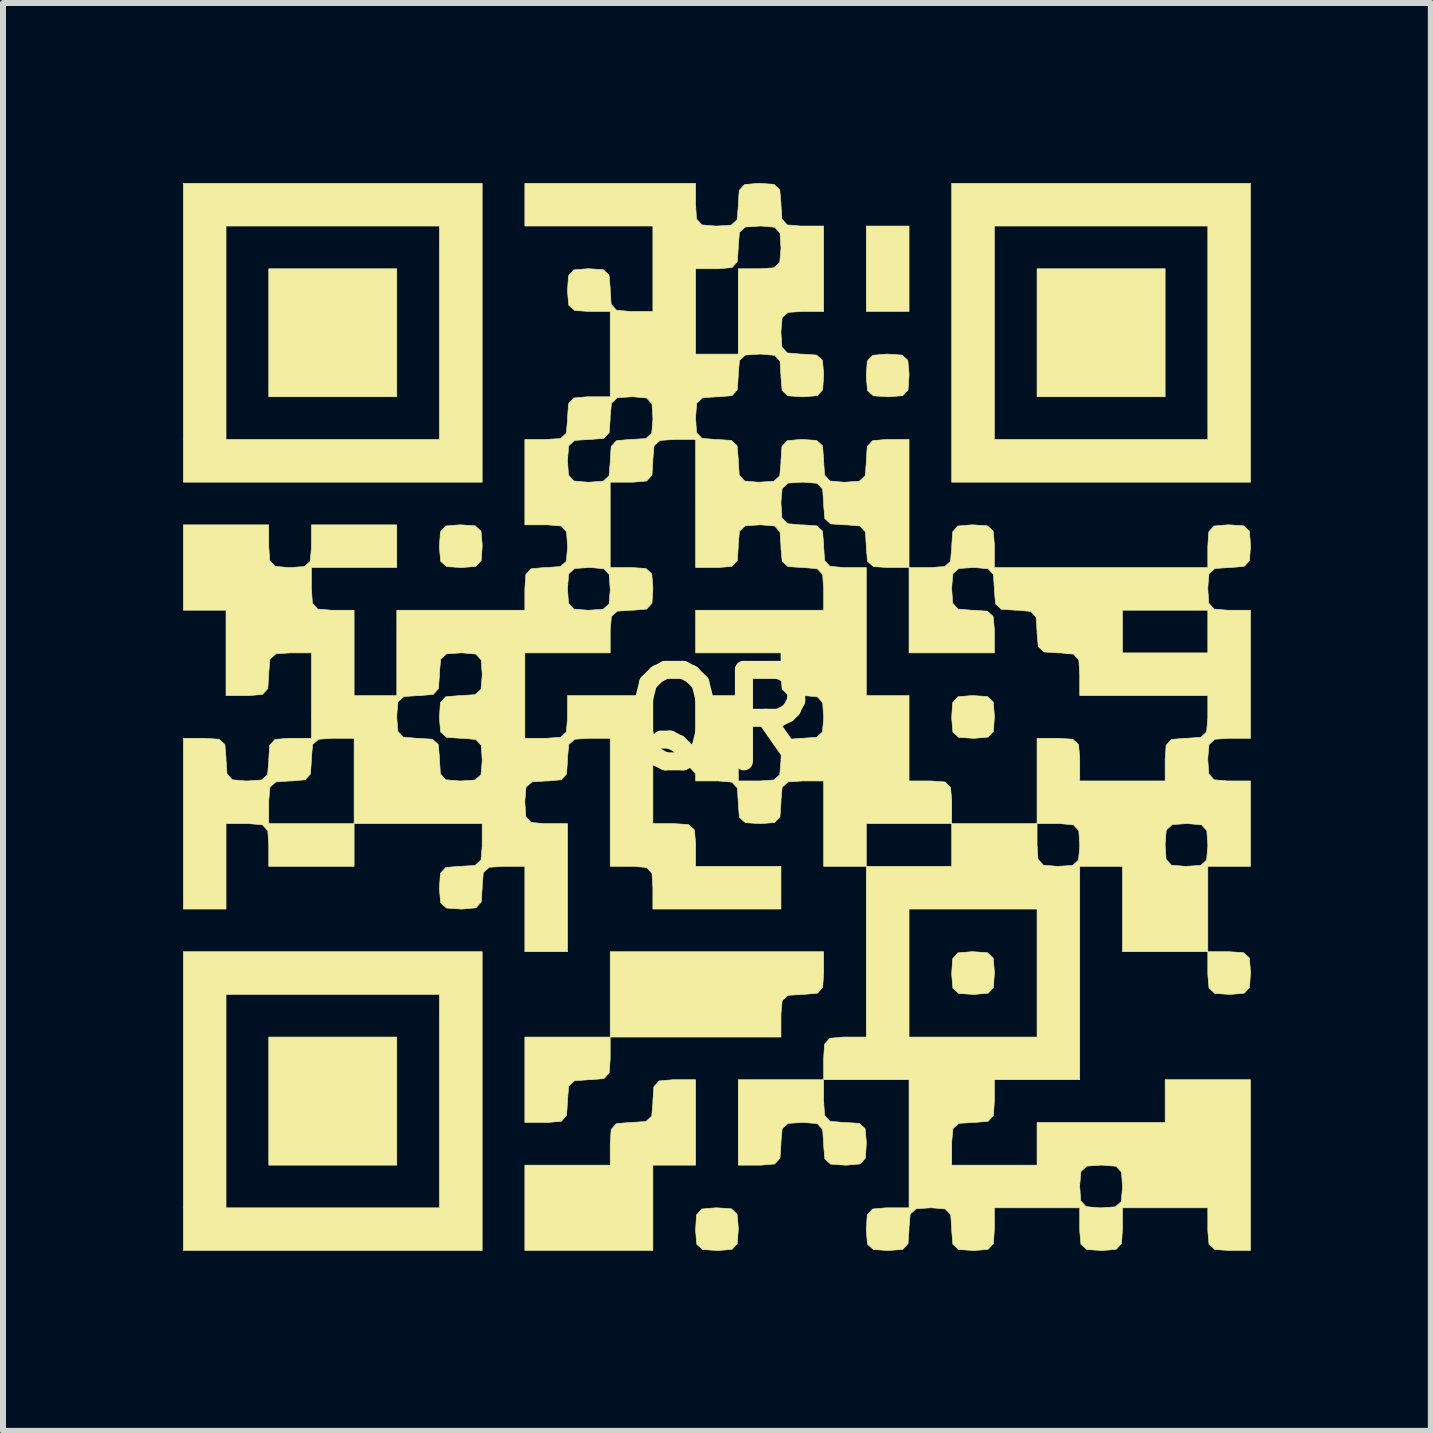
<source format=kicad_pcb>
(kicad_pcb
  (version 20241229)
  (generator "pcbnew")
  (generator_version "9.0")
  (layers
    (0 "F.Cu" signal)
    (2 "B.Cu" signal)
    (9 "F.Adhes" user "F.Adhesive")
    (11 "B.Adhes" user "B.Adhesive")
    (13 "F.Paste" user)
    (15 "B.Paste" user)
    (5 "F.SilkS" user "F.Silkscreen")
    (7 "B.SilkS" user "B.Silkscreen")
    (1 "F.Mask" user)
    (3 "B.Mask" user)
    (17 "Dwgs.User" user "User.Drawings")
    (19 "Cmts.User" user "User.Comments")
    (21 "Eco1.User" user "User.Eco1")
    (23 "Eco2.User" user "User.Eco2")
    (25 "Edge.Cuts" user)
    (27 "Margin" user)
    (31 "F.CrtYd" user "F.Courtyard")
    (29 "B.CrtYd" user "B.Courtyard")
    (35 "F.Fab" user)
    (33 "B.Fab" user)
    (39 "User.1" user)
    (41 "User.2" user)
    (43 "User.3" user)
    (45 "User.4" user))
  (footprint "QR"
    (layer "F.Cu")
    (at 8.946 8.946)
    (property "Reference" "QR" (at 0 0 0) (layer "F.SilkS") (effects (font (size 1.524 1.524) (thickness 0.3))))
    (attr through_hole)
    (fp_poly (pts (xy -5.385 -5.385) (xy -7.518 -5.385) (xy -7.518 -7.518) (xy -5.385 -7.518) (xy -5.385 -5.385)) (stroke (width 0.01) (type solid)) (fill yes) (layer "F.SilkS"))
    (fp_poly (pts (xy -5.385 7.417) (xy -7.518 7.417) (xy -7.518 5.283) (xy -5.385 5.283) (xy -5.385 7.417)) (stroke (width 0.01) (type solid)) (fill yes) (layer "F.SilkS"))
    (fp_poly (pts (xy 3.15 -6.807) (xy 2.438 -6.807) (xy 2.438 -8.23) (xy 3.15 -8.23) (xy 3.15 -6.807)) (stroke (width 0.01) (type solid)) (fill yes) (layer "F.SilkS"))
    (fp_poly (pts (xy 7.417 -5.385) (xy 5.283 -5.385) (xy 5.283 -7.518) (xy 7.417 -7.518) (xy 7.417 -5.385)) (stroke (width 0.01) (type solid)) (fill yes) (layer "F.SilkS"))
    (fp_poly (pts (xy -3.962 -3.962) (xy -8.941 -3.962) (xy -8.941 -8.23) (xy -8.23 -8.23) (xy -8.23 -4.674) (xy -4.674 -4.674) (xy -4.674 -8.23) (xy -8.23 -8.23) (xy -8.941 -8.23) (xy -8.941 -8.941) (xy -3.962 -8.941) (xy -3.962 -3.962)) (stroke (width 0.01) (type solid)) (fill yes) (layer "F.SilkS"))
    (fp_poly (pts (xy -3.962 8.839) (xy -8.941 8.839) (xy -8.941 4.572) (xy -8.23 4.572) (xy -8.23 8.128) (xy -4.674 8.128) (xy -4.674 4.572) (xy -8.23 4.572) (xy -8.941 4.572) (xy -8.941 3.861) (xy -3.962 3.861) (xy -3.962 8.839)) (stroke (width 0.01) (type solid)) (fill yes) (layer "F.SilkS"))
    (fp_poly (pts (xy 8.839 -3.962) (xy 3.861 -3.962) (xy 3.861 -8.23) (xy 4.572 -8.23) (xy 4.572 -4.674) (xy 8.128 -4.674) (xy 8.128 -8.23) (xy 4.572 -8.23) (xy 3.861 -8.23) (xy 3.861 -8.941) (xy 8.839 -8.941) (xy 8.839 -3.962)) (stroke (width 0.01) (type solid)) (fill yes) (layer "F.SilkS"))
    (fp_poly (pts (xy 1.727 4.216) (xy 1.711 4.455) (xy 1.623 4.552) (xy 1.399 4.572) (xy 1.372 4.572) (xy 1.133 4.588) (xy 1.036 4.676) (xy 1.016 4.901) (xy 1.016 4.928) (xy 1.016 5.283) (xy -1.829 5.283) (xy -1.829 3.861) (xy 1.727 3.861) (xy 1.727 4.216)) (stroke (width 0.01) (type solid)) (fill yes) (layer "F.SilkS"))
    (fp_poly (pts (xy 8.722 3.877) (xy 8.82 3.965) (xy 8.839 4.189) (xy 8.839 4.216) (xy 8.823 4.455) (xy 8.735 4.552) (xy 8.511 4.572) (xy 8.484 4.572) (xy 8.245 4.556) (xy 8.148 4.468) (xy 8.128 4.243) (xy 8.128 4.216) (xy 8.128 3.861) (xy 8.484 3.861) (xy 8.722 3.877)) (stroke (width 0.01) (type solid)) (fill yes) (layer "F.SilkS"))
    (fp_poly (pts (xy -4.08 -3.235) (xy -3.982 -3.147) (xy -3.962 -2.923) (xy -3.962 -2.896) (xy -3.978 -2.657) (xy -4.067 -2.56) (xy -4.291 -2.54) (xy -4.318 -2.54) (xy -4.556 -2.556) (xy -4.654 -2.644) (xy -4.674 -2.869) (xy -4.674 -2.896) (xy -4.658 -3.134) (xy -4.569 -3.232) (xy -4.345 -3.251) (xy -4.318 -3.251) (xy -4.08 -3.235)) (stroke (width 0.01) (type solid)) (fill yes) (layer "F.SilkS"))
    (fp_poly (pts (xy -1.829 5.639) (xy -1.845 5.877) (xy -1.933 5.975) (xy -2.157 5.994) (xy -2.184 5.994) (xy -2.423 6.01) (xy -2.52 6.099) (xy -2.54 6.323) (xy -2.54 6.35) (xy -2.556 6.588) (xy -2.644 6.686) (xy -2.869 6.706) (xy -2.896 6.706) (xy -3.251 6.706) (xy -3.251 5.283) (xy -1.829 5.283) (xy -1.829 5.639)) (stroke (width 0.01) (type solid)) (fill yes) (layer "F.SilkS"))
    (fp_poly (pts (xy 0.188 8.144) (xy 0.285 8.232) (xy 0.305 8.457) (xy 0.305 8.484) (xy 0.289 8.722) (xy 0.2 8.82) (xy -0.024 8.839) (xy -0.051 8.839) (xy -0.289 8.823) (xy -0.387 8.735) (xy -0.406 8.511) (xy -0.406 8.484) (xy -0.391 8.245) (xy -0.302 8.148) (xy -0.078 8.128) (xy -0.051 8.128) (xy 0.188 8.144)) (stroke (width 0.01) (type solid)) (fill yes) (layer "F.SilkS"))
    (fp_poly (pts (xy 3.032 -6.08) (xy 3.13 -5.992) (xy 3.15 -5.767) (xy 3.15 -5.74) (xy 3.134 -5.502) (xy 3.045 -5.404) (xy 2.821 -5.385) (xy 2.794 -5.385) (xy 2.556 -5.401) (xy 2.458 -5.489) (xy 2.438 -5.713) (xy 2.438 -5.74) (xy 2.454 -5.979) (xy 2.543 -6.076) (xy 2.767 -6.096) (xy 2.794 -6.096) (xy 3.032 -6.08)) (stroke (width 0.01) (type solid)) (fill yes) (layer "F.SilkS"))
    (fp_poly (pts (xy 4.455 -0.391) (xy 4.552 -0.302) (xy 4.572 -0.078) (xy 4.572 -0.051) (xy 4.556 0.188) (xy 4.468 0.285) (xy 4.243 0.305) (xy 4.216 0.305) (xy 3.978 0.289) (xy 3.88 0.2) (xy 3.861 -0.024) (xy 3.861 -0.051) (xy 3.877 -0.289) (xy 3.965 -0.387) (xy 4.189 -0.406) (xy 4.216 -0.406) (xy 4.455 -0.391)) (stroke (width 0.01) (type solid)) (fill yes) (layer "F.SilkS"))
    (fp_poly (pts (xy 4.455 3.877) (xy 4.552 3.965) (xy 4.572 4.189) (xy 4.572 4.216) (xy 4.556 4.455) (xy 4.468 4.552) (xy 4.243 4.572) (xy 4.216 4.572) (xy 3.978 4.556) (xy 3.88 4.468) (xy 3.861 4.243) (xy 3.861 4.216) (xy 3.877 3.978) (xy 3.965 3.88) (xy 4.189 3.861) (xy 4.216 3.861) (xy 4.455 3.877)) (stroke (width 0.01) (type solid)) (fill yes) (layer "F.SilkS"))
    (fp_poly (pts (xy -0.406 7.417) (xy -1.118 7.417) (xy -1.118 8.839) (xy -3.251 8.839) (xy -3.251 7.417) (xy -1.829 7.417) (xy -1.829 7.061) (xy -1.813 6.823) (xy -1.724 6.725) (xy -1.5 6.706) (xy -1.473 6.706) (xy -1.235 6.69) (xy -1.137 6.601) (xy -1.118 6.377) (xy -1.118 6.35) (xy -1.102 6.112) (xy -1.013 6.014) (xy -0.789 5.994) (xy -0.762 5.994) (xy -0.406 5.994) (xy -0.406 7.417)) (stroke (width 0.01) (type solid)) (fill yes) (layer "F.SilkS"))
    (fp_poly (pts (xy 1.727 6.35) (xy 1.743 6.588) (xy 1.832 6.686) (xy 2.056 6.706) (xy 2.083 6.706) (xy 2.321 6.721) (xy 2.419 6.81) (xy 2.438 7.034) (xy 2.438 7.061) (xy 2.423 7.3) (xy 2.334 7.397) (xy 2.11 7.417) (xy 2.083 7.417) (xy 1.844 7.401) (xy 1.747 7.312) (xy 1.727 7.088) (xy 1.727 7.061) (xy 1.711 6.823) (xy 1.623 6.725) (xy 1.399 6.706) (xy 1.372 6.706) (xy 1.133 6.721) (xy 1.036 6.81) (xy 1.016 7.034) (xy 1.016 7.061) (xy 1 7.3) (xy 0.912 7.397) (xy 0.687 7.417) (xy 0.66 7.417) (xy 0.305 7.417) (xy 0.305 5.994) (xy 1.727 5.994) (xy 1.727 6.35)) (stroke (width 0.01) (type solid)) (fill yes) (layer "F.SilkS"))
    (fp_poly (pts (xy 1.727 5.639) (xy 1.743 5.4) (xy 1.832 5.303) (xy 2.056 5.283) (xy 2.083 5.283) (xy 2.438 5.283) (xy 2.438 3.15) (xy 3.15 3.15) (xy 3.15 5.283) (xy 5.283 5.283) (xy 5.283 3.15) (xy 3.15 3.15) (xy 2.438 3.15) (xy 2.438 2.438) (xy 1.727 2.438) (xy 1.727 1.727) (xy 2.438 1.727) (xy 2.438 2.438) (xy 3.861 2.438) (xy 3.861 1.727) (xy 2.438 1.727) (xy 1.727 1.727) (xy 1.727 1.016) (xy 1.372 1.016) (xy 1.133 1.032) (xy 1.036 1.12) (xy 1.016 1.345) (xy 1.016 1.372) (xy 1 1.61) (xy 0.912 1.708) (xy 0.687 1.727) (xy 0.66 1.727) (xy 0.422 1.711) (xy 0.324 1.623) (xy 0.305 1.399) (xy 0.305 1.372) (xy 0.289 1.133) (xy 0.2 1.036) (xy -0.024 1.016) (xy -0.051 1.016) (xy -0.406 1.016) (xy -0.406 -0.406) (xy 0.305 -0.406) (xy 0.305 1.016) (xy 0.66 1.016) (xy 0.899 1) (xy 0.996 0.912) (xy 1.016 0.687) (xy 1.016 0.66) (xy 1.032 0.422) (xy 1.12 0.324) (xy 1.345 0.305) (xy 1.372 0.305) (xy 1.61 0.289) (xy 1.708 0.2) (xy 1.727 -0.024) (xy 1.727 -0.051) (xy 1.711 -0.289) (xy 1.623 -0.387) (xy 1.399 -0.406) (xy 1.372 -0.406) (xy 1.133 -0.422) (xy 1.036 -0.511) (xy 1.016 -0.735) (xy 1.016 -0.762) (xy 1.016 -1.118) (xy -0.406 -1.118) (xy -0.406 -1.829) (xy 1.727 -1.829) (xy 1.727 -2.184) (xy 1.711 -2.423) (xy 1.623 -2.52) (xy 1.399 -2.54) (xy 1.372 -2.54) (xy 1.133 -2.556) (xy 1.036 -2.644) (xy 1.016 -2.869) (xy 1.016 -2.896) (xy 1 -3.134) (xy 0.912 -3.232) (xy 0.687 -3.251) (xy 0.66 -3.251) (xy 0.422 -3.235) (xy 0.324 -3.147) (xy 0.305 -2.923) (xy 0.305 -2.896) (xy 0.289 -2.657) (xy 0.2 -2.56) (xy -0.024 -2.54) (xy -0.051 -2.54) (xy -0.406 -2.54) (xy -0.406 -3.607) (xy 1.016 -3.607) (xy 1.032 -3.368) (xy 1.12 -3.271) (xy 1.345 -3.251) (xy 1.372 -3.251) (xy 1.61 -3.235) (xy 1.708 -3.147) (xy 1.727 -2.923) (xy 1.727 -2.896) (xy 1.743 -2.657) (xy 1.832 -2.56) (xy 2.056 -2.54) (xy 2.083 -2.54) (xy 2.438 -2.54) (xy 2.438 -0.406) (xy 3.15 -0.406) (xy 3.15 1.016) (xy 3.505 1.016) (xy 3.744 1.032) (xy 3.841 1.12) (xy 3.861 1.345) (xy 3.861 1.372) (xy 3.861 1.727) (xy 5.283 1.727) (xy 5.283 2.083) (xy 5.299 2.321) (xy 5.388 2.419) (xy 5.612 2.438) (xy 5.639 2.438) (xy 5.877 2.423) (xy 5.975 2.334) (xy 5.994 2.11) (xy 5.994 2.083) (xy 7.417 2.083) (xy 7.433 2.321) (xy 7.521 2.419) (xy 7.745 2.438) (xy 7.772 2.438) (xy 8.011 2.423) (xy 8.108 2.334) (xy 8.128 2.11) (xy 8.128 2.083) (xy 8.112 1.844) (xy 8.024 1.747) (xy 7.799 1.727) (xy 7.772 1.727) (xy 7.534 1.743) (xy 7.436 1.832) (xy 7.417 2.056) (xy 7.417 2.083) (xy 5.994 2.083) (xy 5.979 1.844) (xy 5.89 1.747) (xy 5.666 1.727) (xy 5.639 1.727) (xy 5.283 1.727) (xy 5.283 0.305) (xy 5.639 0.305) (xy 5.877 0.321) (xy 5.975 0.409) (xy 5.994 0.633) (xy 5.994 0.66) (xy 5.994 1.016) (xy 7.417 1.016) (xy 7.417 0.66) (xy 7.433 0.422) (xy 7.521 0.324) (xy 7.745 0.305) (xy 7.772 0.305) (xy 8.011 0.289) (xy 8.108 0.2) (xy 8.128 -0.024) (xy 8.128 -0.051) (xy 8.128 -0.406) (xy 5.994 -0.406) (xy 5.994 -0.762) (xy 5.979 -1) (xy 5.89 -1.098) (xy 5.666 -1.118) (xy 5.639 -1.118) (xy 5.4 -1.133) (xy 5.303 -1.222) (xy 5.283 -1.446) (xy 5.283 -1.473) (xy 5.267 -1.712) (xy 5.179 -1.809) (xy 4.955 -1.829) (xy 4.928 -1.829) (xy 6.706 -1.829) (xy 6.706 -1.118) (xy 8.128 -1.118) (xy 8.128 -1.829) (xy 6.706 -1.829) (xy 4.928 -1.829) (xy 4.689 -1.845) (xy 4.592 -1.933) (xy 4.572 -2.157) (xy 4.572 -2.184) (xy 4.556 -2.423) (xy 4.468 -2.52) (xy 4.243 -2.54) (xy 4.216 -2.54) (xy 3.978 -2.524) (xy 3.88 -2.436) (xy 3.861 -2.211) (xy 3.861 -2.184) (xy 3.877 -1.946) (xy 3.965 -1.848) (xy 4.189 -1.829) (xy 4.216 -1.829) (xy 4.455 -1.813) (xy 4.552 -1.724) (xy 4.572 -1.5) (xy 4.572 -1.473) (xy 4.572 -1.118) (xy 3.15 -1.118) (xy 3.15 -2.54) (xy 2.794 -2.54) (xy 2.556 -2.556) (xy 2.458 -2.644) (xy 2.438 -2.869) (xy 2.438 -2.896) (xy 2.423 -3.134) (xy 2.334 -3.232) (xy 2.11 -3.251) (xy 2.083 -3.251) (xy 1.844 -3.267) (xy 1.747 -3.356) (xy 1.727 -3.58) (xy 1.727 -3.607) (xy 1.711 -3.845) (xy 1.623 -3.943) (xy 1.399 -3.962) (xy 1.372 -3.962) (xy 1.133 -3.947) (xy 1.036 -3.858) (xy 1.016 -3.634) (xy 1.016 -3.607) (xy -0.406 -3.607) (xy -0.406 -4.674) (xy -0.762 -4.674) (xy -1 -4.658) (xy -1.098 -4.569) (xy -1.118 -4.345) (xy -1.118 -4.318) (xy -1.133 -4.08) (xy -1.222 -3.982) (xy -1.446 -3.962) (xy -1.473 -3.962) (xy -1.829 -3.962) (xy -1.829 -2.54) (xy -1.473 -2.54) (xy -1.235 -2.524) (xy -1.137 -2.436) (xy -1.118 -2.211) (xy -1.118 -2.184) (xy -1.133 -1.946) (xy -1.222 -1.848) (xy -1.446 -1.829) (xy -1.473 -1.829) (xy -1.712 -1.813) (xy -1.809 -1.724) (xy -1.829 -1.5) (xy -1.829 -1.473) (xy -1.829 -1.118) (xy -3.251 -1.118) (xy -3.251 0.305) (xy -2.896 0.305) (xy -2.657 0.289) (xy -2.56 0.2) (xy -2.54 -0.024) (xy -2.54 -0.051) (xy -2.54 -0.406) (xy -1.118 -0.406) (xy -1.118 1.727) (xy -0.762 1.727) (xy -0.524 1.743) (xy -0.426 1.832) (xy -0.406 2.056) (xy -0.406 2.083) (xy -0.406 2.438) (xy 1.016 2.438) (xy 1.016 3.15) (xy -1.118 3.15) (xy -1.118 2.794) (xy -1.133 2.556) (xy -1.222 2.458) (xy -1.446 2.438) (xy -1.473 2.438) (xy -1.829 2.438) (xy -1.829 0.305) (xy -2.184 0.305) (xy -2.423 0.321) (xy -2.52 0.409) (xy -2.54 0.633) (xy -2.54 0.66) (xy -2.556 0.899) (xy -2.644 0.996) (xy -2.869 1.016) (xy -2.896 1.016) (xy -3.134 1.032) (xy -3.232 1.12) (xy -3.251 1.345) (xy -3.251 1.372) (xy -3.235 1.61) (xy -3.147 1.708) (xy -2.923 1.727) (xy -2.896 1.727) (xy -2.54 1.727) (xy -2.54 3.861) (xy -3.251 3.861) (xy -3.251 2.438) (xy -3.607 2.438) (xy -3.845 2.454) (xy -3.943 2.543) (xy -3.962 2.767) (xy -3.962 2.794) (xy -3.978 3.032) (xy -4.067 3.13) (xy -4.291 3.15) (xy -4.318 3.15) (xy -4.556 3.134) (xy -4.654 3.045) (xy -4.674 2.821) (xy -4.674 2.794) (xy -4.658 2.556) (xy -4.569 2.458) (xy -4.345 2.438) (xy -4.318 2.438) (xy -4.08 2.423) (xy -3.982 2.334) (xy -3.962 2.11) (xy -3.962 2.083) (xy -3.962 1.727) (xy -6.096 1.727) (xy -6.096 2.438) (xy -7.518 2.438) (xy -7.518 2.083) (xy -7.534 1.844) (xy -7.623 1.747) (xy -7.847 1.727) (xy -7.874 1.727) (xy -8.23 1.727) (xy -8.23 3.15) (xy -8.941 3.15) (xy -8.941 1.372) (xy -7.518 1.372) (xy -7.518 1.727) (xy -6.096 1.727) (xy -6.096 0.305) (xy -6.452 0.305) (xy -6.69 0.321) (xy -6.788 0.409) (xy -6.807 0.633) (xy -6.807 0.66) (xy -6.823 0.899) (xy -6.912 0.996) (xy -7.136 1.016) (xy -7.163 1.016) (xy -7.401 1.032) (xy -7.499 1.12) (xy -7.518 1.345) (xy -7.518 1.372) (xy -8.941 1.372) (xy -8.941 0.305) (xy -8.585 0.305) (xy -8.347 0.321) (xy -8.249 0.409) (xy -8.23 0.633) (xy -8.23 0.66) (xy -8.214 0.899) (xy -8.125 0.996) (xy -7.901 1.016) (xy -7.874 1.016) (xy -7.636 1) (xy -7.538 0.912) (xy -7.518 0.687) (xy -7.518 0.66) (xy -7.503 0.422) (xy -7.414 0.324) (xy -7.19 0.305) (xy -7.163 0.305) (xy -6.807 0.305) (xy -6.807 -0.051) (xy -5.385 -0.051) (xy -5.369 0.188) (xy -5.28 0.285) (xy -5.056 0.305) (xy -5.029 0.305) (xy -4.791 0.321) (xy -4.693 0.409) (xy -4.674 0.633) (xy -4.674 0.66) (xy -4.658 0.899) (xy -4.569 0.996) (xy -4.345 1.016) (xy -4.318 1.016) (xy -4.08 1) (xy -3.982 0.912) (xy -3.962 0.687) (xy -3.962 0.66) (xy -3.978 0.422) (xy -4.067 0.324) (xy -4.291 0.305) (xy -4.318 0.305) (xy -4.556 0.289) (xy -4.654 0.2) (xy -4.674 -0.024) (xy -4.674 -0.051) (xy -4.658 -0.289) (xy -4.569 -0.387) (xy -4.345 -0.406) (xy -4.318 -0.406) (xy -4.08 -0.422) (xy -3.982 -0.511) (xy -3.962 -0.735) (xy -3.962 -0.762) (xy -3.978 -1) (xy -4.067 -1.098) (xy -4.291 -1.118) (xy -4.318 -1.118) (xy -4.556 -1.102) (xy -4.654 -1.013) (xy -4.674 -0.789) (xy -4.674 -0.762) (xy -4.689 -0.524) (xy -4.778 -0.426) (xy -5.002 -0.406) (xy -5.029 -0.406) (xy -5.268 -0.391) (xy -5.365 -0.302) (xy -5.385 -0.078) (xy -5.385 -0.051) (xy -6.807 -0.051) (xy -6.807 -1.118) (xy -7.163 -1.118) (xy -7.401 -1.102) (xy -7.499 -1.013) (xy -7.518 -0.789) (xy -7.518 -0.762) (xy -7.534 -0.524) (xy -7.623 -0.426) (xy -7.847 -0.406) (xy -7.874 -0.406) (xy -8.23 -0.406) (xy -8.23 -1.829) (xy -8.941 -1.829) (xy -8.941 -3.251) (xy -7.518 -3.251) (xy -7.518 -2.896) (xy -7.503 -2.657) (xy -7.414 -2.56) (xy -7.19 -2.54) (xy -7.163 -2.54) (xy -6.924 -2.556) (xy -6.827 -2.644) (xy -6.807 -2.869) (xy -6.807 -2.896) (xy -6.807 -3.251) (xy -5.385 -3.251) (xy -5.385 -2.54) (xy -6.807 -2.54) (xy -6.807 -2.184) (xy -6.791 -1.946) (xy -6.703 -1.848) (xy -6.479 -1.829) (xy -6.452 -1.829) (xy -6.096 -1.829) (xy -6.096 -0.406) (xy -5.385 -0.406) (xy -5.385 -1.829) (xy -3.251 -1.829) (xy -3.251 -2.184) (xy -2.54 -2.184) (xy -2.524 -1.946) (xy -2.436 -1.848) (xy -2.211 -1.829) (xy -2.184 -1.829) (xy -1.946 -1.845) (xy -1.848 -1.933) (xy -1.829 -2.157) (xy -1.829 -2.184) (xy -1.845 -2.423) (xy -1.933 -2.52) (xy -2.157 -2.54) (xy -2.184 -2.54) (xy -2.423 -2.524) (xy -2.52 -2.436) (xy -2.54 -2.211) (xy -2.54 -2.184) (xy -3.251 -2.184) (xy -3.235 -2.423) (xy -3.147 -2.52) (xy -2.923 -2.54) (xy -2.896 -2.54) (xy -2.657 -2.556) (xy -2.56 -2.644) (xy -2.54 -2.869) (xy -2.54 -2.896) (xy -2.556 -3.134) (xy -2.644 -3.232) (xy -2.869 -3.251) (xy -2.896 -3.251) (xy -3.251 -3.251) (xy -3.251 -4.318) (xy -2.54 -4.318) (xy -2.524 -4.08) (xy -2.436 -3.982) (xy -2.211 -3.962) (xy -2.184 -3.962) (xy -1.946 -3.978) (xy -1.848 -4.067) (xy -1.829 -4.291) (xy -1.829 -4.318) (xy -1.813 -4.556) (xy -1.724 -4.654) (xy -1.5 -4.674) (xy -1.473 -4.674) (xy -1.235 -4.689) (xy -1.137 -4.778) (xy -1.118 -5.002) (xy -1.118 -5.029) (xy -1.133 -5.268) (xy -1.222 -5.365) (xy -1.446 -5.385) (xy -1.473 -5.385) (xy -1.712 -5.369) (xy -1.809 -5.28) (xy -1.829 -5.056) (xy -1.829 -5.029) (xy -1.845 -4.791) (xy -1.933 -4.693) (xy -2.157 -4.674) (xy -2.184 -4.674) (xy -2.423 -4.658) (xy -2.52 -4.569) (xy -2.54 -4.345) (xy -2.54 -4.318) (xy -3.251 -4.318) (xy -3.251 -4.674) (xy -2.896 -4.674) (xy -2.657 -4.689) (xy -2.56 -4.778) (xy -2.54 -5.002) (xy -2.54 -5.029) (xy -2.524 -5.268) (xy -2.436 -5.365) (xy -2.211 -5.385) (xy -2.184 -5.385) (xy -1.829 -5.385) (xy -1.829 -6.807) (xy -2.184 -6.807) (xy -2.423 -6.823) (xy -2.52 -6.912) (xy -2.54 -7.136) (xy -2.54 -7.163) (xy -2.524 -7.401) (xy -2.436 -7.499) (xy -2.211 -7.518) (xy -2.184 -7.518) (xy -1.946 -7.503) (xy -1.848 -7.414) (xy -1.829 -7.19) (xy -1.829 -7.163) (xy -1.813 -6.924) (xy -1.724 -6.827) (xy -1.5 -6.807) (xy -1.473 -6.807) (xy -1.118 -6.807) (xy -1.118 -7.518) (xy -0.406 -7.518) (xy -0.406 -6.096) (xy 0.305 -6.096) (xy 0.305 -7.518) (xy 0.66 -7.518) (xy 0.899 -7.534) (xy 0.996 -7.623) (xy 1.016 -7.847) (xy 1.016 -7.874) (xy 1 -8.112) (xy 0.912 -8.21) (xy 0.687 -8.23) (xy 0.66 -8.23) (xy 0.422 -8.214) (xy 0.324 -8.125) (xy 0.305 -7.901) (xy 0.305 -7.874) (xy 0.289 -7.636) (xy 0.2 -7.538) (xy -0.024 -7.518) (xy -0.051 -7.518) (xy -0.406 -7.518) (xy -1.118 -7.518) (xy -1.118 -8.23) (xy -3.251 -8.23) (xy -3.251 -8.941) (xy -0.406 -8.941) (xy -0.406 -8.585) (xy -0.391 -8.347) (xy -0.302 -8.249) (xy -0.078 -8.23) (xy -0.051 -8.23) (xy 0.188 -8.245) (xy 0.285 -8.334) (xy 0.305 -8.558) (xy 0.305 -8.585) (xy 0.321 -8.824) (xy 0.409 -8.921) (xy 0.633 -8.941) (xy 0.66 -8.941) (xy 0.899 -8.925) (xy 0.996 -8.836) (xy 1.016 -8.612) (xy 1.016 -8.585) (xy 1.032 -8.347) (xy 1.12 -8.249) (xy 1.345 -8.23) (xy 1.372 -8.23) (xy 1.727 -8.23) (xy 1.727 -6.807) (xy 1.372 -6.807) (xy 1.133 -6.791) (xy 1.036 -6.703) (xy 1.016 -6.479) (xy 1.016 -6.452) (xy 1.032 -6.213) (xy 1.12 -6.116) (xy 1.345 -6.096) (xy 1.372 -6.096) (xy 1.61 -6.08) (xy 1.708 -5.992) (xy 1.727 -5.767) (xy 1.727 -5.74) (xy 1.711 -5.502) (xy 1.623 -5.404) (xy 1.399 -5.385) (xy 1.372 -5.385) (xy 1.133 -5.401) (xy 1.036 -5.489) (xy 1.016 -5.713) (xy 1.016 -5.74) (xy 1 -5.979) (xy 0.912 -6.076) (xy 0.687 -6.096) (xy 0.66 -6.096) (xy 0.422 -6.08) (xy 0.324 -5.992) (xy 0.305 -5.767) (xy 0.305 -5.74) (xy 0.289 -5.502) (xy 0.2 -5.404) (xy -0.024 -5.385) (xy -0.051 -5.385) (xy -0.289 -5.369) (xy -0.387 -5.28) (xy -0.406 -5.056) (xy -0.406 -5.029) (xy -0.391 -4.791) (xy -0.302 -4.693) (xy -0.078 -4.674) (xy -0.051 -4.674) (xy 0.188 -4.658) (xy 0.285 -4.569) (xy 0.305 -4.345) (xy 0.305 -4.318) (xy 0.321 -4.08) (xy 0.409 -3.982) (xy 0.633 -3.962) (xy 0.66 -3.962) (xy 0.899 -3.978) (xy 0.996 -4.067) (xy 1.016 -4.291) (xy 1.016 -4.318) (xy 1.032 -4.556) (xy 1.12 -4.654) (xy 1.345 -4.674) (xy 1.372 -4.674) (xy 1.61 -4.658) (xy 1.708 -4.569) (xy 1.727 -4.345) (xy 1.727 -4.318) (xy 1.743 -4.08) (xy 1.832 -3.982) (xy 2.056 -3.962) (xy 2.083 -3.962) (xy 2.321 -3.978) (xy 2.419 -4.067) (xy 2.438 -4.291) (xy 2.438 -4.318) (xy 2.454 -4.556) (xy 2.543 -4.654) (xy 2.767 -4.674) (xy 2.794 -4.674) (xy 3.15 -4.674) (xy 3.15 -2.54) (xy 3.505 -2.54) (xy 3.744 -2.556) (xy 3.841 -2.644) (xy 3.861 -2.869) (xy 3.861 -2.896) (xy 3.877 -3.134) (xy 3.965 -3.232) (xy 4.189 -3.251) (xy 4.216 -3.251) (xy 4.455 -3.235) (xy 4.552 -3.147) (xy 4.572 -2.923) (xy 4.572 -2.896) (xy 4.572 -2.54) (xy 8.128 -2.54) (xy 8.128 -2.896) (xy 8.144 -3.134) (xy 8.232 -3.232) (xy 8.457 -3.251) (xy 8.484 -3.251) (xy 8.722 -3.235) (xy 8.82 -3.147) (xy 8.839 -2.923) (xy 8.839 -2.896) (xy 8.823 -2.657) (xy 8.735 -2.56) (xy 8.511 -2.54) (xy 8.484 -2.54) (xy 8.245 -2.524) (xy 8.148 -2.436) (xy 8.128 -2.211) (xy 8.128 -2.184) (xy 8.144 -1.946) (xy 8.232 -1.848) (xy 8.457 -1.829) (xy 8.484 -1.829) (xy 8.839 -1.829) (xy 8.839 0.305) (xy 8.484 0.305) (xy 8.245 0.321) (xy 8.148 0.409) (xy 8.128 0.633) (xy 8.128 0.66) (xy 8.144 0.899) (xy 8.232 0.996) (xy 8.457 1.016) (xy 8.484 1.016) (xy 8.839 1.016) (xy 8.839 2.438) (xy 8.128 2.438) (xy 8.128 3.861) (xy 6.706 3.861) (xy 6.706 2.438) (xy 5.994 2.438) (xy 5.994 5.994) (xy 4.572 5.994) (xy 4.572 6.35) (xy 4.556 6.588) (xy 4.468 6.686) (xy 4.243 6.706) (xy 4.216 6.706) (xy 3.978 6.721) (xy 3.88 6.81) (xy 3.861 7.034) (xy 3.861 7.061) (xy 3.861 7.417) (xy 5.283 7.417) (xy 5.283 6.706) (xy 7.417 6.706) (xy 7.417 5.994) (xy 8.839 5.994) (xy 8.839 8.839) (xy 8.484 8.839) (xy 8.245 8.823) (xy 8.148 8.735) (xy 8.128 8.511) (xy 8.128 8.484) (xy 8.128 8.128) (xy 6.706 8.128) (xy 6.706 8.484) (xy 6.69 8.722) (xy 6.601 8.82) (xy 6.377 8.839) (xy 6.35 8.839) (xy 6.112 8.823) (xy 6.014 8.735) (xy 5.994 8.511) (xy 5.994 8.484) (xy 5.994 8.128) (xy 4.572 8.128) (xy 4.572 8.484) (xy 4.556 8.722) (xy 4.468 8.82) (xy 4.243 8.839) (xy 4.216 8.839) (xy 3.978 8.823) (xy 3.88 8.735) (xy 3.861 8.511) (xy 3.861 8.484) (xy 3.845 8.245) (xy 3.756 8.148) (xy 3.532 8.128) (xy 3.505 8.128) (xy 3.267 8.144) (xy 3.169 8.232) (xy 3.15 8.457) (xy 3.15 8.484) (xy 3.134 8.722) (xy 3.045 8.82) (xy 2.821 8.839) (xy 2.794 8.839) (xy 2.556 8.823) (xy 2.458 8.735) (xy 2.438 8.511) (xy 2.438 8.484) (xy 2.454 8.245) (xy 2.543 8.148) (xy 2.767 8.128) (xy 2.794 8.128) (xy 3.15 8.128) (xy 3.15 7.772) (xy 5.994 7.772) (xy 6.01 8.011) (xy 6.099 8.108) (xy 6.323 8.128) (xy 6.35 8.128) (xy 6.588 8.112) (xy 6.686 8.024) (xy 6.706 7.799) (xy 6.706 7.772) (xy 6.69 7.534) (xy 6.601 7.436) (xy 6.377 7.417) (xy 6.35 7.417) (xy 6.112 7.433) (xy 6.014 7.521) (xy 5.994 7.745) (xy 5.994 7.772) (xy 3.15 7.772) (xy 3.15 5.994) (xy 1.727 5.994) (xy 1.727 5.639)) (stroke (width 0.01) (type solid)) (fill yes) (layer "F.SilkS")))
  (gr_rect
    (start -3 -3)
    (end 20.79 20.79)
    (stroke (width 0.1) (type default))
    (fill no)
    (layer "Edge.Cuts")))
</source>
